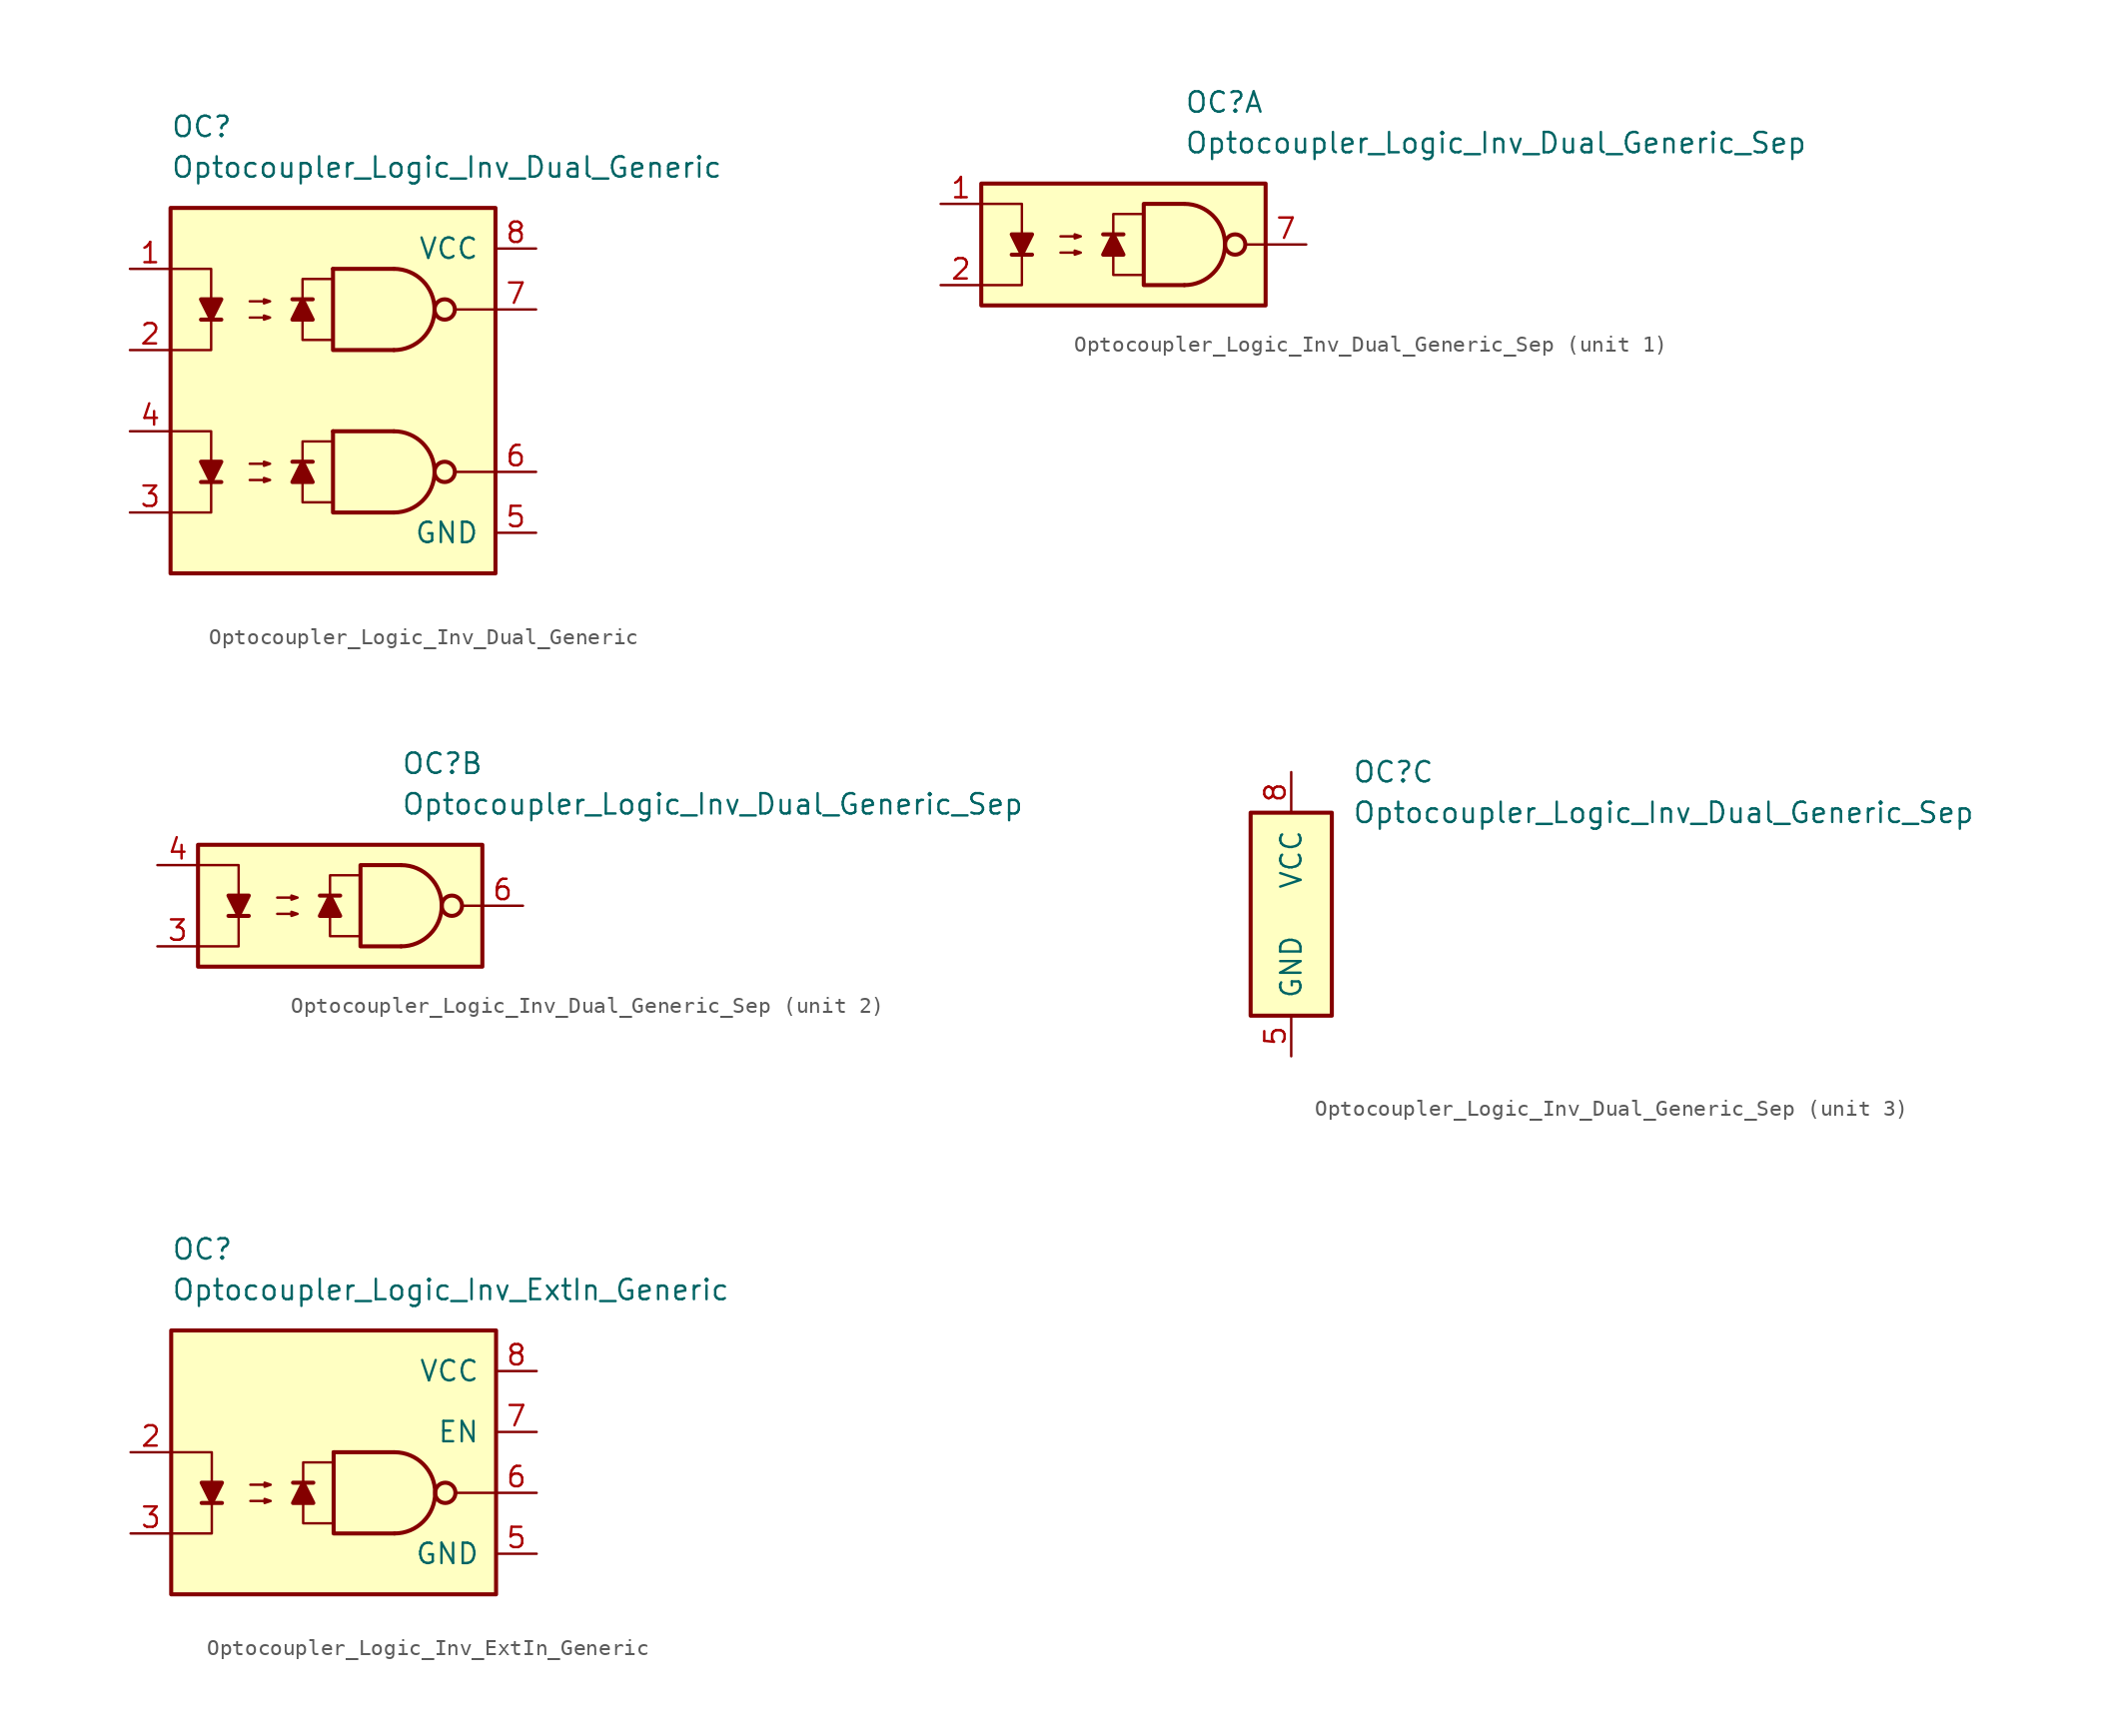
<source format=kicad_sym>
(kicad_symbol_lib
  (version 20231120)
  (generator "kicad_symbol_editor")
  (generator_version "8.0")
  (symbol "Optocoupler_Logic_Inv_Dual_Generic"
    (pin_names
      (offset 1.016))
    (property "Reference" "OC"
      (at -10.16 16.51 0)
      (effects (font (size 1.27 1.27)) (justify left)))
    (property "Value" "Optocoupler_Logic_Inv_Dual_Generic"
      (at -10.16 13.97 0)
      (effects (font (size 1.27 1.27)) (justify left)))
    (symbol "Optocoupler_Logic_Inv_Dual_Generic_0_0"
      (rectangle (start -10.16 11.43) (end 10.16 -11.43) (stroke (width 0.254) (type default)) (fill (type background)))
      (polyline (pts (xy 10.16 -5.08) (xy 7.62 -5.08)) (stroke (width 0) (type default)) (fill (type none))))
    (symbol "Optocoupler_Logic_Inv_Dual_Generic_0_1"
      (polyline (pts (xy -8.255 -5.715) (xy -6.985 -5.715)) (stroke (width 0.254) (type default)) (fill (type none)))
      (polyline (pts (xy 0 -2.54) (xy 3.81 -2.54)) (stroke (width 0.254) (type default)) (fill (type none)))
      (polyline (pts (xy -10.16 -2.54) (xy -7.62 -2.54) (xy -7.62 -5.715)) (stroke (width 0) (type default)) (fill (type none)))
      (polyline (pts (xy -7.62 -5.715) (xy -7.62 -7.62) (xy -10.16 -7.62)) (stroke (width 0) (type default)) (fill (type none)))
      (polyline (pts (xy 0 -2.54) (xy 0 -7.62) (xy 3.81 -7.62)) (stroke (width 0.254) (type default)) (fill (type none)))
      (polyline (pts (xy -7.62 -5.715) (xy -8.255 -4.445) (xy -6.985 -4.445) (xy -7.62 -5.715)) (stroke (width 0.254) (type default)) (fill (type outline)))
      (polyline (pts (xy -5.207 -5.588) (xy -3.937 -5.588) (xy -4.318 -5.715) (xy -4.318 -5.461) (xy -3.937 -5.588)) (stroke (width 0) (type default)) (fill (type none)))
      (polyline (pts (xy -5.207 -4.572) (xy -3.937 -4.572) (xy -4.318 -4.699) (xy -4.318 -4.445) (xy -3.937 -4.572)) (stroke (width 0) (type default)) (fill (type none)))
      (arc (start 3.81 -7.62) (mid 6.339 -5.08) (end 3.81 -2.54) (stroke (width 0.254) (type default)) (fill (type none)))
      (circle (center 6.985 -5.08) (radius 0.635) (stroke (width 0.254) (type default)) (fill (type none))))
    (symbol "Optocoupler_Logic_Inv_Dual_Generic_1_1"
      (polyline (pts (xy -8.255 4.445) (xy -6.985 4.445)) (stroke (width 0.254) (type default)) (fill (type none)))
      (polyline (pts (xy -1.27 -4.445) (xy -2.54 -4.445)) (stroke (width 0.254) (type default)) (fill (type none)))
      (polyline (pts (xy -1.27 5.715) (xy -2.54 5.715)) (stroke (width 0.254) (type default)) (fill (type none)))
      (polyline (pts (xy 0 7.62) (xy 3.81 7.62)) (stroke (width 0.254) (type default)) (fill (type none)))
      (polyline (pts (xy 10.16 5.08) (xy 7.62 5.08)) (stroke (width 0) (type default)) (fill (type none)))
      (polyline (pts (xy -10.16 7.62) (xy -7.62 7.62) (xy -7.62 4.445)) (stroke (width 0) (type default)) (fill (type none)))
      (polyline (pts (xy -7.62 4.445) (xy -7.62 2.54) (xy -10.16 2.54)) (stroke (width 0) (type default)) (fill (type none)))
      (polyline (pts (xy 0 7.62) (xy 0 2.54) (xy 3.81 2.54)) (stroke (width 0.254) (type default)) (fill (type none)))
      (polyline (pts (xy -7.62 4.445) (xy -8.255 5.715) (xy -6.985 5.715) (xy -7.62 4.445)) (stroke (width 0.254) (type default)) (fill (type outline)))
      (polyline (pts (xy -1.905 -4.445) (xy -1.27 -5.715) (xy -2.54 -5.715) (xy -1.905 -4.445)) (stroke (width 0.254) (type default)) (fill (type outline)))
      (polyline (pts (xy -1.905 5.715) (xy -1.27 4.445) (xy -2.54 4.445) (xy -1.905 5.715)) (stroke (width 0.254) (type default)) (fill (type outline)))
      (polyline (pts (xy 0 -6.985) (xy -1.905 -6.985) (xy -1.905 -3.175) (xy 0 -3.175)) (stroke (width 0.152) (type default)) (fill (type none)))
      (polyline (pts (xy 0 3.175) (xy -1.905 3.175) (xy -1.905 6.985) (xy 0 6.985)) (stroke (width 0.152) (type default)) (fill (type none)))
      (polyline (pts (xy -5.207 4.572) (xy -3.937 4.572) (xy -4.318 4.445) (xy -4.318 4.699) (xy -3.937 4.572)) (stroke (width 0) (type default)) (fill (type none)))
      (polyline (pts (xy -5.207 5.588) (xy -3.937 5.588) (xy -4.318 5.461) (xy -4.318 5.715) (xy -3.937 5.588)) (stroke (width 0) (type default)) (fill (type none)))
      (arc (start 3.81 2.54) (mid 6.339 5.08) (end 3.81 7.62) (stroke (width 0.254) (type default)) (fill (type none)))
      (circle (center 6.985 5.08) (radius 0.635) (stroke (width 0.254) (type default)) (fill (type none)))
      (pin passive line (at -12.7 7.62 0) (length 2.54) (name "~" (effects (font (size 1.27 1.27)))) (number "1" (effects (font (size 1.27 1.27)))))
      (pin passive line (at -12.7 2.54 0) (length 2.54) (name "~" (effects (font (size 1.27 1.27)))) (number "2" (effects (font (size 1.27 1.27)))))
      (pin passive line (at -12.7 -7.62 0) (length 2.54) (name "~" (effects (font (size 1.27 1.27)))) (number "3" (effects (font (size 1.27 1.27)))))
      (pin passive line (at -12.7 -2.54 0) (length 2.54) (name "~" (effects (font (size 1.27 1.27)))) (number "4" (effects (font (size 1.27 1.27)))))
      (pin power_in line (at 12.7 -8.89 180) (length 2.54) (name "GND" (effects (font (size 1.27 1.27)))) (number "5" (effects (font (size 1.27 1.27)))))
      (pin output line (at 12.7 -5.08 180) (length 2.54) (name "~" (effects (font (size 1.27 1.27)))) (number "6" (effects (font (size 1.27 1.27)))))
      (pin output line (at 12.7 5.08 180) (length 2.54) (name "~" (effects (font (size 1.27 1.27)))) (number "7" (effects (font (size 1.27 1.27)))))
      (pin power_in line (at 12.7 8.89 180) (length 2.54) (name "VCC" (effects (font (size 1.27 1.27)))) (number "8" (effects (font (size 1.27 1.27)))))))
  (symbol "Optocoupler_Logic_Inv_Dual_Generic_Sep"
    (pin_names
      (offset 1.016))
    (property "Reference" "OC"
      (at 3.81 8.89 0)
      (effects (font (size 1.27 1.27)) (justify left)))
    (property "Value" "Optocoupler_Logic_Inv_Dual_Generic_Sep"
      (at 3.81 6.35 0)
      (effects (font (size 1.27 1.27)) (justify left)))
    (property "ki_locked" ""
      (at 0 0 0)
      (effects (font (size 1.27 1.27))))
    (symbol "Optocoupler_Logic_Inv_Dual_Generic_Sep_1_0"
      (rectangle (start -8.89 3.81) (end 8.89 -3.81) (stroke (width 0.254) (type default)) (fill (type background)))
      (polyline (pts (xy 8.89 0) (xy 7.62 0)) (stroke (width 0) (type default)) (fill (type none)))
      (polyline (pts (xy 3.81 -2.54) (xy 1.27 -2.54) (xy 1.27 2.54) (xy 3.81 2.54)) (stroke (width 0.254) (type default)) (fill (type none))))
    (symbol "Optocoupler_Logic_Inv_Dual_Generic_Sep_1_1"
      (polyline (pts (xy -6.985 -0.635) (xy -5.715 -0.635)) (stroke (width 0.254) (type default)) (fill (type none)))
      (polyline (pts (xy 0 0.635) (xy -1.27 0.635)) (stroke (width 0.254) (type default)) (fill (type none)))
      (polyline (pts (xy -8.89 2.54) (xy -6.35 2.54) (xy -6.35 -0.635)) (stroke (width 0) (type default)) (fill (type none)))
      (polyline (pts (xy -6.35 -0.635) (xy -6.35 -2.54) (xy -8.89 -2.54)) (stroke (width 0) (type default)) (fill (type none)))
      (polyline (pts (xy -6.35 -0.635) (xy -6.985 0.635) (xy -5.715 0.635) (xy -6.35 -0.635)) (stroke (width 0.254) (type default)) (fill (type outline)))
      (polyline (pts (xy -0.635 0.635) (xy 0 -0.635) (xy -1.27 -0.635) (xy -0.635 0.635)) (stroke (width 0.254) (type default)) (fill (type outline)))
      (polyline (pts (xy 1.27 -1.905) (xy -0.635 -1.905) (xy -0.635 1.905) (xy 1.27 1.905)) (stroke (width 0.152) (type default)) (fill (type none)))
      (polyline (pts (xy -3.937 -0.508) (xy -2.667 -0.508) (xy -3.048 -0.635) (xy -3.048 -0.381) (xy -2.667 -0.508)) (stroke (width 0) (type default)) (fill (type none)))
      (polyline (pts (xy -3.937 0.508) (xy -2.667 0.508) (xy -3.048 0.381) (xy -3.048 0.635) (xy -2.667 0.508)) (stroke (width 0) (type default)) (fill (type none)))
      (arc (start 3.81 -2.54) (mid 6.339 0) (end 3.81 2.54) (stroke (width 0.254) (type default)) (fill (type none)))
      (circle (center 6.985 0) (radius 0.635) (stroke (width 0.254) (type default)) (fill (type none)))
      (pin passive line (at -11.43 2.54 0) (length 2.54) (name "~" (effects (font (size 1.27 1.27)))) (number "1" (effects (font (size 1.27 1.27)))))
      (pin passive line (at -11.43 -2.54 0) (length 2.54) (name "~" (effects (font (size 1.27 1.27)))) (number "2" (effects (font (size 1.27 1.27)))))
      (pin output line (at 11.43 0 180) (length 2.54) (name "~" (effects (font (size 1.27 1.27)))) (number "7" (effects (font (size 1.27 1.27))))))
    (symbol "Optocoupler_Logic_Inv_Dual_Generic_Sep_2_0"
      (rectangle (start -8.89 3.81) (end 8.89 -3.81) (stroke (width 0.254) (type default)) (fill (type background)))
      (polyline (pts (xy 8.89 0) (xy 7.62 0)) (stroke (width 0) (type default)) (fill (type none)))
      (polyline (pts (xy 3.81 -2.54) (xy 1.27 -2.54) (xy 1.27 2.54) (xy 3.81 2.54)) (stroke (width 0.254) (type default)) (fill (type none))))
    (symbol "Optocoupler_Logic_Inv_Dual_Generic_Sep_2_1"
      (polyline (pts (xy -6.985 -0.635) (xy -5.715 -0.635)) (stroke (width 0.254) (type default)) (fill (type none)))
      (polyline (pts (xy 0 0.635) (xy -1.27 0.635)) (stroke (width 0.254) (type default)) (fill (type none)))
      (polyline (pts (xy -8.89 2.54) (xy -6.35 2.54) (xy -6.35 -0.635)) (stroke (width 0) (type default)) (fill (type none)))
      (polyline (pts (xy -6.35 -0.635) (xy -6.35 -2.54) (xy -8.89 -2.54)) (stroke (width 0) (type default)) (fill (type none)))
      (polyline (pts (xy -6.35 -0.635) (xy -6.985 0.635) (xy -5.715 0.635) (xy -6.35 -0.635)) (stroke (width 0.254) (type default)) (fill (type outline)))
      (polyline (pts (xy -0.635 0.635) (xy 0 -0.635) (xy -1.27 -0.635) (xy -0.635 0.635)) (stroke (width 0.254) (type default)) (fill (type outline)))
      (polyline (pts (xy 1.27 -1.905) (xy -0.635 -1.905) (xy -0.635 1.905) (xy 1.27 1.905)) (stroke (width 0.152) (type default)) (fill (type none)))
      (polyline (pts (xy -3.937 -0.508) (xy -2.667 -0.508) (xy -3.048 -0.635) (xy -3.048 -0.381) (xy -2.667 -0.508)) (stroke (width 0) (type default)) (fill (type none)))
      (polyline (pts (xy -3.937 0.508) (xy -2.667 0.508) (xy -3.048 0.381) (xy -3.048 0.635) (xy -2.667 0.508)) (stroke (width 0) (type default)) (fill (type none)))
      (arc (start 3.81 -2.54) (mid 6.339 0) (end 3.81 2.54) (stroke (width 0.254) (type default)) (fill (type none)))
      (circle (center 6.985 0) (radius 0.635) (stroke (width 0.254) (type default)) (fill (type none)))
      (pin passive line (at -11.43 -2.54 0) (length 2.54) (name "~" (effects (font (size 1.27 1.27)))) (number "3" (effects (font (size 1.27 1.27)))))
      (pin passive line (at -11.43 2.54 0) (length 2.54) (name "~" (effects (font (size 1.27 1.27)))) (number "4" (effects (font (size 1.27 1.27)))))
      (pin output line (at 11.43 0 180) (length 2.54) (name "~" (effects (font (size 1.27 1.27)))) (number "6" (effects (font (size 1.27 1.27))))))
    (symbol "Optocoupler_Logic_Inv_Dual_Generic_Sep_3_0"
      (rectangle (start -2.54 6.35) (end 2.54 -6.35) (stroke (width 0.254) (type default)) (fill (type background))))
    (symbol "Optocoupler_Logic_Inv_Dual_Generic_Sep_3_1"
      (pin power_in line (at 0 -8.89 90) (length 2.54) (name "GND" (effects (font (size 1.27 1.27)))) (number "5" (effects (font (size 1.27 1.27)))))
      (pin power_in line (at 0 8.89 270) (length 2.54) (name "VCC" (effects (font (size 1.27 1.27)))) (number "8" (effects (font (size 1.27 1.27)))))))
  (symbol "Optocoupler_Logic_Inv_ExtIn_Generic"
    (pin_names
      (offset 1.016))
    (property "Reference" "OC"
      (at -10.16 15.24 0)
      (effects (font (size 1.27 1.27)) (justify left)))
    (property "Value" "Optocoupler_Logic_Inv_ExtIn_Generic"
      (at -10.16 12.7 0)
      (effects (font (size 1.27 1.27)) (justify left)))
    (symbol "Optocoupler_Logic_Inv_ExtIn_Generic_0_0"
      (rectangle (start -10.16 10.16) (end 10.16 -6.35) (stroke (width 0.254) (type default)) (fill (type background)))
      (polyline (pts (xy 10.16 0) (xy 7.62 0)) (stroke (width 0) (type default)) (fill (type none))))
    (symbol "Optocoupler_Logic_Inv_ExtIn_Generic_0_1"
      (polyline (pts (xy -8.255 -0.635) (xy -6.985 -0.635)) (stroke (width 0.254) (type default)) (fill (type none)))
      (polyline (pts (xy 0 2.54) (xy 3.81 2.54)) (stroke (width 0.254) (type default)) (fill (type none)))
      (polyline (pts (xy -10.16 2.54) (xy -7.62 2.54) (xy -7.62 -0.635)) (stroke (width 0) (type default)) (fill (type none)))
      (polyline (pts (xy -7.62 -0.635) (xy -7.62 -2.54) (xy -10.16 -2.54)) (stroke (width 0) (type default)) (fill (type none)))
      (polyline (pts (xy 0 2.54) (xy 0 -2.54) (xy 3.81 -2.54)) (stroke (width 0.254) (type default)) (fill (type none)))
      (polyline (pts (xy -7.62 -0.635) (xy -8.255 0.635) (xy -6.985 0.635) (xy -7.62 -0.635)) (stroke (width 0.254) (type default)) (fill (type outline)))
      (polyline (pts (xy -5.207 -0.508) (xy -3.937 -0.508) (xy -4.318 -0.635) (xy -4.318 -0.381) (xy -3.937 -0.508)) (stroke (width 0) (type default)) (fill (type none)))
      (polyline (pts (xy -5.207 0.508) (xy -3.937 0.508) (xy -4.318 0.381) (xy -4.318 0.635) (xy -3.937 0.508)) (stroke (width 0) (type default)) (fill (type none)))
      (arc (start 3.81 -2.54) (mid 6.339 0) (end 3.81 2.54) (stroke (width 0.254) (type default)) (fill (type none)))
      (circle (center 6.985 0) (radius 0.635) (stroke (width 0.254) (type default)) (fill (type none))))
    (symbol "Optocoupler_Logic_Inv_ExtIn_Generic_1_1"
      (polyline (pts (xy -1.27 0.635) (xy -2.54 0.635)) (stroke (width 0.254) (type default)) (fill (type none)))
      (polyline (pts (xy -1.905 0.635) (xy -1.27 -0.635) (xy -2.54 -0.635) (xy -1.905 0.635)) (stroke (width 0.254) (type default)) (fill (type outline)))
      (polyline (pts (xy 0 -1.905) (xy -1.905 -1.905) (xy -1.905 1.905) (xy 0 1.905)) (stroke (width 0.152) (type default)) (fill (type none)))
      (pin free line (at -1.27 7.62 0) (length 2.54) hide (name "NC" (effects (font (size 1.27 1.27)))) (number "1" (effects (font (size 1.27 1.27)))))
      (pin passive line (at -12.7 2.54 0) (length 2.54) (name "~" (effects (font (size 1.27 1.27)))) (number "2" (effects (font (size 1.27 1.27)))))
      (pin passive line (at -12.7 -2.54 0) (length 2.54) (name "~" (effects (font (size 1.27 1.27)))) (number "3" (effects (font (size 1.27 1.27)))))
      (pin free line (at -1.27 5.08 0) (length 2.54) hide (name "NC" (effects (font (size 1.27 1.27)))) (number "4" (effects (font (size 1.27 1.27)))))
      (pin power_in line (at 12.7 -3.81 180) (length 2.54) (name "GND" (effects (font (size 1.27 1.27)))) (number "5" (effects (font (size 1.27 1.27)))))
      (pin output line (at 12.7 0 180) (length 2.54) (name "~" (effects (font (size 1.27 1.27)))) (number "6" (effects (font (size 1.27 1.27)))))
      (pin input line (at 12.7 3.81 180) (length 2.54) (name "EN" (effects (font (size 1.27 1.27)))) (number "7" (effects (font (size 1.27 1.27)))))
      (pin power_in line (at 12.7 7.62 180) (length 2.54) (name "VCC" (effects (font (size 1.27 1.27)))) (number "8" (effects (font (size 1.27 1.27))))))))
</source>
